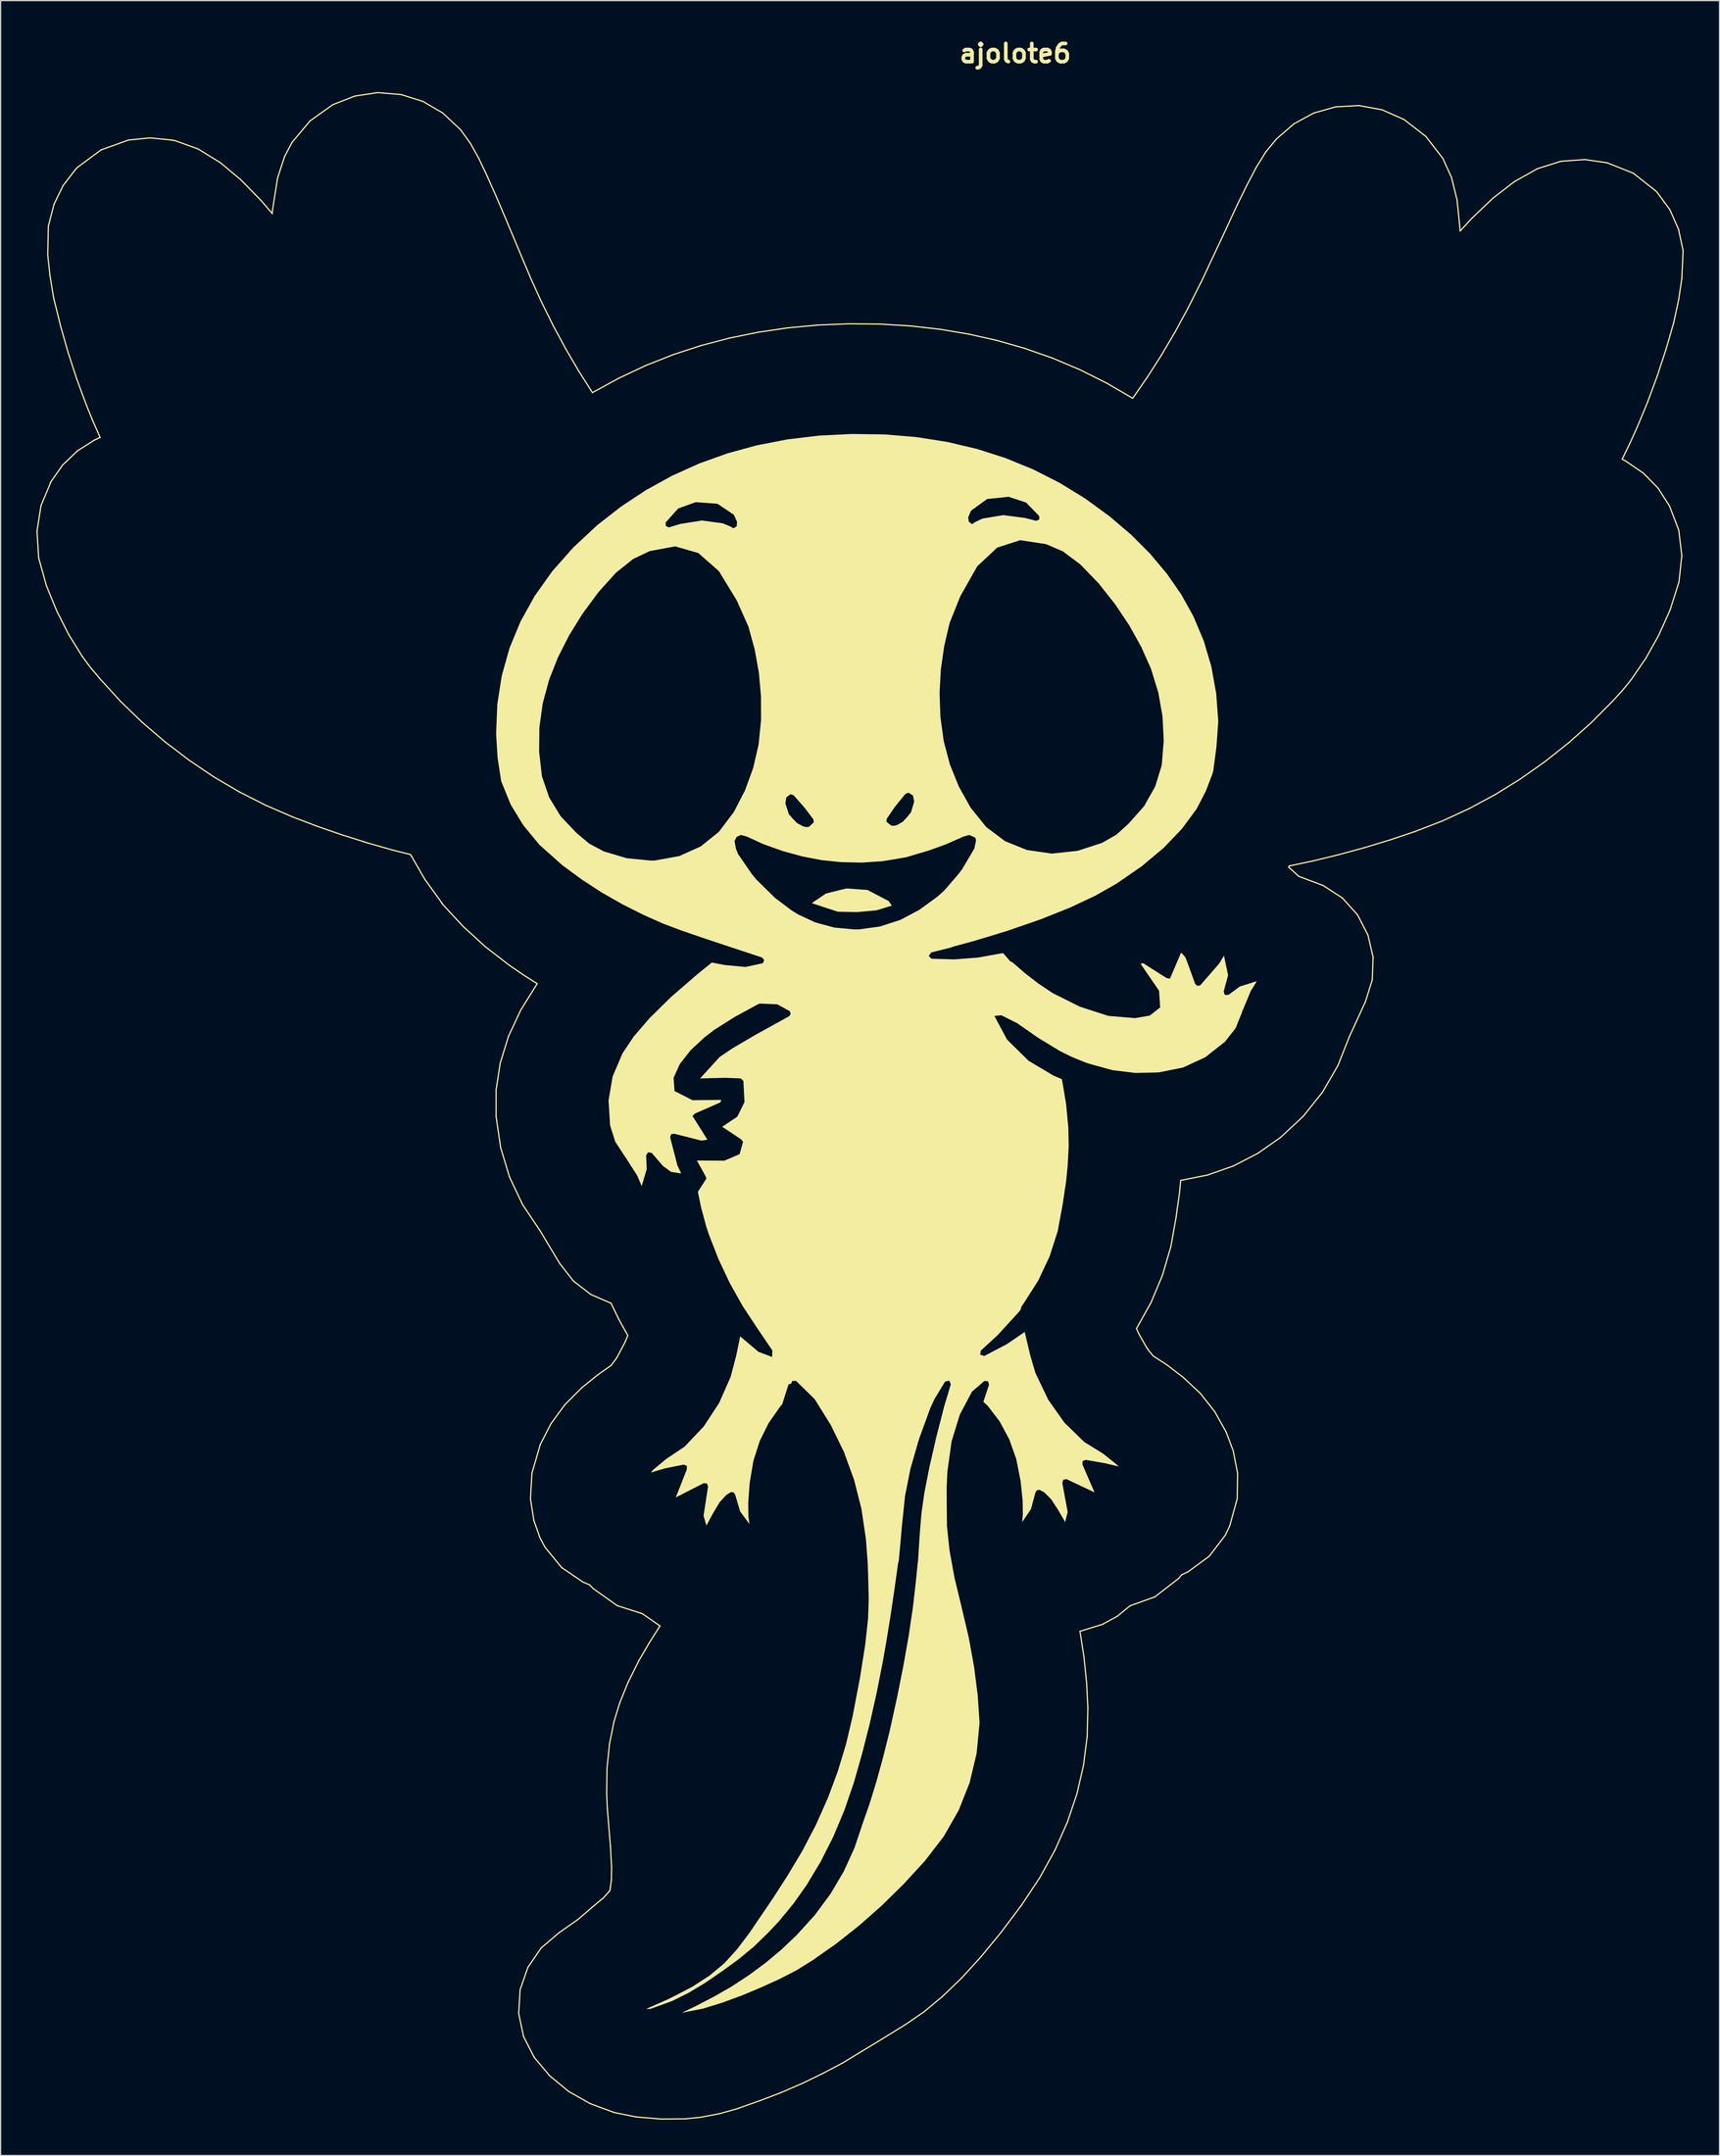
<source format=kicad_pcb>
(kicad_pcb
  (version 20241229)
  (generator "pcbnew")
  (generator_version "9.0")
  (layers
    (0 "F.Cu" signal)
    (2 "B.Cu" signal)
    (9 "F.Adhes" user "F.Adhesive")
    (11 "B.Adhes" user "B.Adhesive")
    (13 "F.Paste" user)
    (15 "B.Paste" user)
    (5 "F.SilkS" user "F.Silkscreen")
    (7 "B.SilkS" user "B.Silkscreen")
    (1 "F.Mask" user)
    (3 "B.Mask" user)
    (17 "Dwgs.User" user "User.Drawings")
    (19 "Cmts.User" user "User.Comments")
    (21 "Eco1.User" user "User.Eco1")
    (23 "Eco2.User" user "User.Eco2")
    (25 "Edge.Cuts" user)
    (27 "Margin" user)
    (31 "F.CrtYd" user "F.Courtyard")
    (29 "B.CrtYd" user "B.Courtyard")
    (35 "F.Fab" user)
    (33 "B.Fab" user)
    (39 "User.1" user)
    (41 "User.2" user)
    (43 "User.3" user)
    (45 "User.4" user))
  (footprint "ajolote6"
    (layer "F.Cu")
    (at 82.024 89.525)
    (property "Reference" "ajolote6" (at 0 -88.098 0) (layer "F.SilkS") (effects (font (size 1.524 1.524) (thickness 0.305))))
    (attr smd)
    (fp_poly (pts (xy -30.817 -27.47) (xy -31.338 -28.09) (xy -31.32 -28.982) (xy -30.457 -29.662) (xy -29.637 -29.017) (xy -29.654 -28.039) (xy -30.469 -27.404) (xy -30.817 -27.47) (xy -30.817 -27.47)) (stroke (width 0) (type solid)) (fill yes) (layer "F.Mask"))
    (fp_poly (pts (xy -1.399 -27.204) (xy -2.091 -27.839) (xy -2.192 -28.407) (xy -2.123 -28.911) (xy -1.048 -29.348) (xy -0.779 -29.157) (xy -0.388 -28.292) (xy -0.419 -27.821) (xy -1.399 -27.204)) (stroke (width 0) (type solid)) (fill yes) (layer "F.Mask"))
    (fp_poly (pts (xy -29.856 -30.469) (xy -30.259 -30.734) (xy -30.59 -32.845) (xy -29.781 -34.286) (xy -28.956 -34.681) (xy -28.545 -34.608) (xy -27.86 -33.37) (xy -28.277 -31.464) (xy -29.153 -30.568) (xy -29.856 -30.469)) (stroke (width 0) (type solid)) (fill yes) (layer "F.Mask"))
    (fp_poly (pts (xy -1.758 -30.413) (xy -2.83 -31.984) (xy -2.795 -33.496) (xy -2.003 -34.662) (xy -1.024 -34.524) (xy -0.5 -33.825) (xy -0.281 -31.567) (xy -1.124 -30.421) (xy -1.758 -30.413) (xy -1.758 -30.413)) (stroke (width 0) (type solid)) (fill yes) (layer "F.Mask"))
    (fp_poly (pts (xy -32.38 -22.642) (xy -34.019 -23.182) (xy -35.429 -24.177) (xy -36.641 -25.648) (xy -37.488 -27.762) (xy -37.728 -29.743) (xy -37.68 -31.808) (xy -37.353 -33.895) (xy -36.758 -35.945) (xy -35.902 -37.897) (xy -35.003 -39.428) (xy -33.945 -40.839) (xy -32.64 -42.251) (xy -31.353 -43.432) (xy -30.291 -44.127) (xy -28.367 -44.552) (xy -26.696 -43.618) (xy -25.186 -41.271) (xy -24.493 -39.494) (xy -24.023 -37.523) (xy -23.759 -35.279) (xy -23.726 -34.544) (xy -23.885 -34.803) (xy -24.725 -35.977) (xy -25.755 -36.799) (xy -27.512 -37.211) (xy -29.011 -36.907) (xy -30.397 -35.859) (xy -31.77 -33.978) (xy -32.55 -31.705) (xy -32.743 -29.025) (xy -32.603 -27.547) (xy -32.229 -26.255) (xy -31.008 -24.17) (xy -29.327 -23.039) (xy -28.841 -22.882) (xy -29.1 -22.807) (xy -30.73 -22.567) (xy -32.38 -22.642)) (stroke (width 0) (type solid)) (fill yes) (layer "F.Mask"))
    (fp_poly (pts (xy 3.156 -23.159) (xy 2.705 -23.209) (xy 1.487 -23.443) (xy 1.341 -23.491) (xy 1.487 -23.494) (xy 3.163 -23.901) (xy 4.146 -24.597) (xy 5.362 -26.634) (xy 5.798 -29.347) (xy 5.457 -31.843) (xy 4.991 -33.307) (xy 4.401 -34.542) (xy 2.782 -36.515) (xy 0.827 -37.616) (xy -0.668 -37.679) (xy -1.851 -37.283) (xy -2.964 -36.337) (xy -3.779 -34.922) (xy -3.885 -34.679) (xy -3.826 -36.607) (xy -3.539 -38.8) (xy -3.006 -40.786) (xy -2.231 -42.555) (xy -1.079 -44.216) (xy -0.772 -44.532) (xy 0.954 -45.143) (xy 2.711 -44.532) (xy 3.144 -44.243) (xy 4.176 -43.463) (xy 5.344 -42.363) (xy 6.883 -40.616) (xy 8.132 -38.754) (xy 9.099 -36.764) (xy 9.702 -34.875) (xy 10.105 -32.81) (xy 10.222 -30.223) (xy 9.931 -27.937) (xy 9.145 -26.172) (xy 7.913 -24.703) (xy 6.447 -23.724) (xy 4.724 -23.221) (xy 3.156 -23.159) (xy 3.156 -23.159)) (stroke (width 0) (type solid)) (fill yes) (layer "F.Mask"))
    (fp_poly (pts (xy -46.542 -29.601) (xy -48.302 -29.983) (xy -50.504 -30.587) (xy -52.896 -31.335) (xy -55.228 -32.149) (xy -57.251 -32.951) (xy -59.579 -34.05) (xy -61.826 -35.296) (xy -63.945 -36.661) (xy -65.886 -38.111) (xy -67.603 -39.617) (xy -69.038 -41.15) (xy -70.363 -42.855) (xy -71.448 -44.547) (xy -72.165 -46.044) (xy -72.464 -47.079) (xy -71.311 -46.476) (xy -69.184 -45.258) (xy -66.966 -44.11) (xy -64.687 -43.044) (xy -62.381 -42.073) (xy -60.076 -41.209) (xy -57.806 -40.465) (xy -55.601 -39.852) (xy -53.491 -39.384) (xy -50.921 -39.067) (xy -49.278 -39.026) (xy -51.19 -40.282) (xy -53.127 -41.557) (xy -54.93 -42.886) (xy -56.628 -44.293) (xy -58.248 -45.806) (xy -59.82 -47.452) (xy -61.37 -49.256) (xy -62.929 -51.245) (xy -64.469 -53.385) (xy -65.859 -55.516) (xy -67.107 -57.649) (xy -68.216 -59.794) (xy -69.192 -61.964) (xy -70.042 -64.169) (xy -70.769 -66.421) (xy -71.381 -68.731) (xy -71.714 -71.259) (xy -71.085 -70.694) (xy -69.612 -69.076) (xy -67.401 -66.523) (xy -65.869 -64.741) (xy -64.407 -63.064) (xy -63.332 -61.856) (xy -61.664 -60.078) (xy -59.844 -58.241) (xy -57.936 -56.403) (xy -56.002 -54.623) (xy -54.104 -52.96) (xy -52.307 -51.474) (xy -50.22 -49.891) (xy -48.164 -48.465) (xy -46.559 -47.471) (xy -45.823 -47.186) (xy -46.137 -47.817) (xy -47.319 -49.703) (xy -48.454 -51.837) (xy -49.522 -54.166) (xy -50.503 -56.635) (xy -51.379 -59.192) (xy -52.128 -61.783) (xy -52.731 -64.354) (xy -53.168 -66.851) (xy -53.383 -69.068) (xy -53.467 -71.464) (xy -53.416 -73.539) (xy -53.226 -74.794) (xy -52.908 -74.903) (xy -52.581 -74.037) (xy -51.783 -72.084) (xy -50.787 -69.707) (xy -49.867 -67.565) (xy -48.96 -65.578) (xy -47.906 -63.407) (xy -46.795 -61.228) (xy -45.715 -59.215) (xy -44.756 -57.54) (xy -43.583 -55.651) (xy -42.419 -53.919) (xy -41.15 -52.18) (xy -39.663 -50.274) (xy -38.15 -48.382) (xy -39.113 -47.375) (xy -40.637 -45.599) (xy -42 -43.644) (xy -43.171 -41.566) (xy -44.119 -39.42) (xy -44.813 -37.261) (xy -45.166 -35.653) (xy -45.38 -33.982) (xy -45.497 -31.908) (xy -45.583 -29.44) (xy -46.542 -29.601)) (stroke (width 0) (type solid)) (fill yes) (layer "F.Mask"))
    (fp_poly (pts (xy 18.714 -29.515) (xy 18.781 -32.19) (xy 18.663 -34.727) (xy 18.212 -37.197) (xy 17.501 -39.55) (xy 16.503 -41.878) (xy 15.379 -43.926) (xy 14.112 -45.784) (xy 12.705 -47.446) (xy 12.208 -47.972) (xy 12.427 -48.241) (xy 14.001 -50.041) (xy 15.362 -51.632) (xy 16.658 -53.262) (xy 17.905 -54.957) (xy 19.119 -56.743) (xy 20.315 -58.646) (xy 21.51 -60.691) (xy 22.718 -62.906) (xy 23.957 -65.315) (xy 25.241 -67.946) (xy 26.586 -70.823) (xy 27.637 -73.072) (xy 28.113 -74.009) (xy 28.338 -73.354) (xy 28.403 -71.397) (xy 28.334 -69.303) (xy 28.136 -67.321) (xy 27.79 -65.295) (xy 27.273 -63.067) (xy 26.678 -60.919) (xy 26.004 -58.811) (xy 25.256 -56.759) (xy 24.438 -54.777) (xy 23.558 -52.879) (xy 22.573 -50.964) (xy 21.611 -49.3) (xy 20.53 -47.639) (xy 19.79 -46.438) (xy 20.564 -46.709) (xy 22.252 -47.676) (xy 24.406 -49.065) (xy 26.581 -50.603) (xy 28.385 -51.979) (xy 30.114 -53.359) (xy 31.797 -54.771) (xy 33.463 -56.241) (xy 35.14 -57.795) (xy 36.858 -59.461) (xy 38.646 -61.266) (xy 40.531 -63.235) (xy 42.544 -65.397) (xy 44.561 -67.546) (xy 46.049 -69.053) (xy 46.674 -69.578) (xy 46.44 -68.285) (xy 45.977 -66.378) (xy 45.228 -64.045) (xy 44.36 -61.778) (xy 43.364 -59.564) (xy 42.234 -57.392) (xy 40.962 -55.248) (xy 39.541 -53.121) (xy 37.963 -50.999) (xy 36.222 -48.869) (xy 34.31 -46.719) (xy 32.621 -44.996) (xy 30.87 -43.428) (xy 28.996 -41.966) (xy 26.937 -40.564) (xy 24.633 -39.174) (xy 22.96 -38.132) (xy 24.571 -38.11) (xy 26.673 -38.26) (xy 28.277 -38.537) (xy 30.241 -38.948) (xy 32.67 -39.575) (xy 35.013 -40.277) (xy 37.02 -40.979) (xy 39.063 -41.783) (xy 41.097 -42.668) (xy 43.078 -43.615) (xy 44.961 -44.606) (xy 46.418 -45.356) (xy 45.718 -43.528) (xy 44.808 -42.045) (xy 43.541 -40.377) (xy 42.008 -38.729) (xy 40.236 -37.16) (xy 38.247 -35.682) (xy 36.06 -34.309) (xy 33.696 -33.056) (xy 31.176 -31.937) (xy 28.944 -31.125) (xy 26.371 -30.332) (xy 23.719 -29.629) (xy 21.248 -29.083) (xy 19.218 -28.765) (xy 18.64 -28.703) (xy 18.714 -29.515)) (stroke (width 0) (type solid)) (fill yes) (layer "F.Mask"))
    (fp_line (start -81.974 -48.062) (end -81.835 -45.832) (stroke (width 0.1) (type solid)) (layer "F.SilkS"))
    (fp_line (start -81.835 -45.832) (end -81.181 -43.484) (stroke (width 0.1) (type solid)) (layer "F.SilkS"))
    (fp_line (start -81.64 -50.205) (end -81.974 -48.062) (stroke (width 0.1) (type solid)) (layer "F.SilkS"))
    (fp_line (start -81.181 -43.484) (end -80.311 -41.361) (stroke (width 0.1) (type solid)) (layer "F.SilkS"))
    (fp_line (start -81.075 -71.213) (end -80.886 -69.486) (stroke (width 0.1) (type solid)) (layer "F.SilkS"))
    (fp_line (start -81.022 -73.62) (end -81.075 -71.213) (stroke (width 0.1) (type solid)) (layer "F.SilkS"))
    (fp_line (start -80.995 -73.726) (end -81.022 -73.62) (stroke (width 0.1) (type solid)) (layer "F.SilkS"))
    (fp_line (start -80.886 -69.486) (end -80.598 -67.72) (stroke (width 0.1) (type solid)) (layer "F.SilkS"))
    (fp_line (start -80.837 -52.163) (end -80.81 -52.189) (stroke (width 0.1) (type solid)) (layer "F.SilkS"))
    (fp_line (start -80.81 -52.189) (end -81.64 -50.205) (stroke (width 0.1) (type solid)) (layer "F.SilkS"))
    (fp_line (start -80.598 -67.72) (end -80.546 -67.482) (stroke (width 0.1) (type solid)) (layer "F.SilkS"))
    (fp_line (start -80.547 -75.458) (end -80.995 -73.726) (stroke (width 0.1) (type solid)) (layer "F.SilkS"))
    (fp_line (start -80.546 -67.482) (end -79.989 -65.226) (stroke (width 0.1) (type solid)) (layer "F.SilkS"))
    (fp_line (start -80.311 -41.361) (end -79.307 -39.39) (stroke (width 0.1) (type solid)) (layer "F.SilkS"))
    (fp_line (start -79.989 -65.226) (end -79.352 -62.987) (stroke (width 0.1) (type solid)) (layer "F.SilkS"))
    (fp_line (start -79.828 -53.606) (end -80.837 -52.163) (stroke (width 0.1) (type solid)) (layer "F.SilkS"))
    (fp_line (start -79.786 -77.03) (end -80.547 -75.458) (stroke (width 0.1) (type solid)) (layer "F.SilkS"))
    (fp_line (start -79.352 -62.987) (end -78.629 -60.774) (stroke (width 0.1) (type solid)) (layer "F.SilkS"))
    (fp_line (start -79.307 -39.39) (end -78.191 -37.584) (stroke (width 0.1) (type solid)) (layer "F.SilkS"))
    (fp_line (start -78.72 -78.409) (end -79.786 -77.03) (stroke (width 0.1) (type solid)) (layer "F.SilkS"))
    (fp_line (start -78.629 -60.774) (end -77.82 -58.592) (stroke (width 0.1) (type solid)) (layer "F.SilkS"))
    (fp_line (start -78.573 -54.803) (end -79.828 -53.606) (stroke (width 0.1) (type solid)) (layer "F.SilkS"))
    (fp_line (start -78.561 -78.568) (end -78.72 -78.409) (stroke (width 0.1) (type solid)) (layer "F.SilkS"))
    (fp_line (start -78.191 -37.584) (end -77.662 -36.87) (stroke (width 0.1) (type solid)) (layer "F.SilkS"))
    (fp_line (start -77.82 -58.592) (end -77.271 -57.246) (stroke (width 0.1) (type solid)) (layer "F.SilkS"))
    (fp_line (start -77.662 -36.87) (end -77.423 -36.552) (stroke (width 0.1) (type solid)) (layer "F.SilkS"))
    (fp_line (start -77.423 -36.552) (end -77.212 -36.314) (stroke (width 0.1) (type solid)) (layer "F.SilkS"))
    (fp_line (start -77.271 -57.246) (end -76.683 -55.92) (stroke (width 0.1) (type solid)) (layer "F.SilkS"))
    (fp_line (start -77.212 -36.314) (end -76.788 -35.811) (stroke (width 0.1) (type solid)) (layer "F.SilkS"))
    (fp_line (start -77.106 -55.734) (end -78.573 -54.803) (stroke (width 0.1) (type solid)) (layer "F.SilkS"))
    (fp_line (start -77.079 -55.734) (end -77.106 -55.734) (stroke (width 0.1) (type solid)) (layer "F.SilkS"))
    (fp_line (start -76.788 -35.811) (end -76.683 -35.679) (stroke (width 0.1) (type solid)) (layer "F.SilkS"))
    (fp_line (start -76.683 -55.92) (end -77.079 -55.734) (stroke (width 0.1) (type solid)) (layer "F.SilkS"))
    (fp_line (start -76.683 -35.679) (end -74.977 -33.809) (stroke (width 0.1) (type solid)) (layer "F.SilkS"))
    (fp_line (start -76.61 -80.013) (end -78.561 -78.568) (stroke (width 0.1) (type solid)) (layer "F.SilkS"))
    (fp_line (start -74.977 -33.809) (end -73.157 -32.048) (stroke (width 0.1) (type solid)) (layer "F.SilkS"))
    (fp_line (start -74.301 -80.843) (end -76.61 -80.013) (stroke (width 0.1) (type solid)) (layer "F.SilkS"))
    (fp_line (start -73.157 -32.048) (end -71.228 -30.396) (stroke (width 0.1) (type solid)) (layer "F.SilkS"))
    (fp_line (start -72.502 -81.022) (end -74.301 -80.843) (stroke (width 0.1) (type solid)) (layer "F.SilkS"))
    (fp_line (start -71.228 -30.396) (end -69.195 -28.853) (stroke (width 0.1) (type solid)) (layer "F.SilkS"))
    (fp_line (start -70.703 -80.843) (end -72.502 -81.022) (stroke (width 0.1) (type solid)) (layer "F.SilkS"))
    (fp_line (start -70.438 -80.791) (end -70.703 -80.843) (stroke (width 0.1) (type solid)) (layer "F.SilkS"))
    (fp_line (start -70.412 -80.791) (end -70.438 -80.791) (stroke (width 0.1) (type solid)) (layer "F.SilkS"))
    (fp_line (start -69.195 -28.853) (end -67.147 -27.469) (stroke (width 0.1) (type solid)) (layer "F.SilkS"))
    (fp_line (start -68.477 -80.093) (end -70.412 -80.791) (stroke (width 0.1) (type solid)) (layer "F.SilkS"))
    (fp_line (start -67.147 -27.469) (end -65.018 -26.217) (stroke (width 0.1) (type solid)) (layer "F.SilkS"))
    (fp_line (start -66.602 -78.938) (end -68.477 -80.093) (stroke (width 0.1) (type solid)) (layer "F.SilkS"))
    (fp_line (start -65.018 -26.217) (end -62.814 -25.099) (stroke (width 0.1) (type solid)) (layer "F.SilkS"))
    (fp_line (start -64.895 -77.51) (end -66.602 -78.938) (stroke (width 0.1) (type solid)) (layer "F.SilkS"))
    (fp_line (start -63.189 -75.763) (end -64.895 -77.51) (stroke (width 0.1) (type solid)) (layer "F.SilkS"))
    (fp_line (start -62.814 -25.099) (end -60.543 -24.117) (stroke (width 0.1) (type solid)) (layer "F.SilkS"))
    (fp_line (start -62.263 -74.679) (end -63.189 -75.763) (stroke (width 0.1) (type solid)) (layer "F.SilkS"))
    (fp_line (start -62.236 -74.996) (end -62.263 -74.679) (stroke (width 0.1) (type solid)) (layer "F.SilkS"))
    (fp_line (start -61.817 -77.658) (end -62.236 -74.996) (stroke (width 0.1) (type solid)) (layer "F.SilkS"))
    (fp_line (start -61.227 -79.461) (end -61.817 -77.658) (stroke (width 0.1) (type solid)) (layer "F.SilkS"))
    (fp_line (start -60.596 -80.658) (end -61.227 -79.461) (stroke (width 0.1) (type solid)) (layer "F.SilkS"))
    (fp_line (start -60.543 -24.117) (end -58.481 -23.333) (stroke (width 0.1) (type solid)) (layer "F.SilkS"))
    (fp_line (start -59.088 -82.451) (end -60.596 -80.658) (stroke (width 0.1) (type solid)) (layer "F.SilkS"))
    (fp_line (start -58.481 -23.333) (end -56.389 -22.609) (stroke (width 0.1) (type solid)) (layer "F.SilkS"))
    (fp_line (start -57.183 -83.807) (end -59.088 -82.451) (stroke (width 0.1) (type solid)) (layer "F.SilkS"))
    (fp_line (start -56.389 -22.609) (end -54.277 -21.944) (stroke (width 0.1) (type solid)) (layer "F.SilkS"))
    (fp_line (start -55.342 -84.526) (end -57.183 -83.807) (stroke (width 0.1) (type solid)) (layer "F.SilkS"))
    (fp_line (start -54.277 -21.944) (end -52.156 -21.339) (stroke (width 0.1) (type solid)) (layer "F.SilkS"))
    (fp_line (start -53.414 -84.816) (end -55.342 -84.526) (stroke (width 0.1) (type solid)) (layer "F.SilkS"))
    (fp_line (start -52.156 -21.339) (end -50.674 -20.968) (stroke (width 0.1) (type solid)) (layer "F.SilkS"))
    (fp_line (start -51.468 -84.653) (end -53.414 -84.816) (stroke (width 0.1) (type solid)) (layer "F.SilkS"))
    (fp_line (start -50.674 -20.968) (end -49.483 -18.904) (stroke (width 0.1) (type solid)) (layer "F.SilkS"))
    (fp_line (start -49.632 -84.075) (end -51.468 -84.653) (stroke (width 0.1) (type solid)) (layer "F.SilkS"))
    (fp_line (start -49.483 -18.904) (end -48.055 -16.92) (stroke (width 0.1) (type solid)) (layer "F.SilkS"))
    (fp_line (start -48.055 -16.92) (end -48.055 -16.894) (stroke (width 0.1) (type solid)) (layer "F.SilkS"))
    (fp_line (start -48.055 -16.894) (end -47.949 -16.761) (stroke (width 0.1) (type solid)) (layer "F.SilkS"))
    (fp_line (start -47.967 -83.097) (end -49.632 -84.075) (stroke (width 0.1) (type solid)) (layer "F.SilkS"))
    (fp_line (start -47.949 -16.761) (end -46.251 -14.928) (stroke (width 0.1) (type solid)) (layer "F.SilkS"))
    (fp_line (start -46.52 -81.743) (end -47.967 -83.097) (stroke (width 0.1) (type solid)) (layer "F.SilkS"))
    (fp_line (start -46.414 -81.611) (end -46.52 -81.743) (stroke (width 0.1) (type solid)) (layer "F.SilkS"))
    (fp_line (start -46.251 -14.928) (end -44.4 -13.241) (stroke (width 0.1) (type solid)) (layer "F.SilkS"))
    (fp_line (start -45.657 -80.559) (end -46.414 -81.611) (stroke (width 0.1) (type solid)) (layer "F.SilkS"))
    (fp_line (start -44.959 -79.309) (end -45.657 -80.559) (stroke (width 0.1) (type solid)) (layer "F.SilkS"))
    (fp_line (start -44.4 -13.241) (end -42.419 -11.708) (stroke (width 0.1) (type solid)) (layer "F.SilkS"))
    (fp_line (start -44.262 -77.836) (end -44.959 -79.309) (stroke (width 0.1) (type solid)) (layer "F.SilkS"))
    (fp_line (start -43.504 -1.258) (end -43.504 0.992) (stroke (width 0.1) (type solid)) (layer "F.SilkS"))
    (fp_line (start -43.504 0.992) (end -43.123 3.59) (stroke (width 0.1) (type solid)) (layer "F.SilkS"))
    (fp_line (start -43.495 -76.116) (end -44.262 -77.836) (stroke (width 0.1) (type solid)) (layer "F.SilkS"))
    (fp_line (start -43.158 -3.5) (end -43.504 -1.258) (stroke (width 0.1) (type solid)) (layer "F.SilkS"))
    (fp_line (start -43.123 3.59) (end -42.379 6.056) (stroke (width 0.1) (type solid)) (layer "F.SilkS"))
    (fp_line (start -42.657 -74.149) (end -43.495 -76.116) (stroke (width 0.1) (type solid)) (layer "F.SilkS"))
    (fp_line (start -42.468 -5.731) (end -43.158 -3.5) (stroke (width 0.1) (type solid)) (layer "F.SilkS"))
    (fp_line (start -42.419 -11.708) (end -41.252 -10.907) (stroke (width 0.1) (type solid)) (layer "F.SilkS"))
    (fp_line (start -42.379 6.056) (end -41.279 8.378) (stroke (width 0.1) (type solid)) (layer "F.SilkS"))
    (fp_line (start -41.614 76.142) (end -41.205 78.075) (stroke (width 0.1) (type solid)) (layer "F.SilkS"))
    (fp_line (start -41.493 74.149) (end -41.614 76.142) (stroke (width 0.1) (type solid)) (layer "F.SilkS"))
    (fp_line (start -41.435 -7.947) (end -42.468 -5.731) (stroke (width 0.1) (type solid)) (layer "F.SilkS"))
    (fp_line (start -41.279 8.378) (end -39.826 10.544) (stroke (width 0.1) (type solid)) (layer "F.SilkS"))
    (fp_line (start -41.252 -10.907) (end -40.064 -10.147) (stroke (width 0.1) (type solid)) (layer "F.SilkS"))
    (fp_line (start -41.205 78.075) (end -40.302 79.838) (stroke (width 0.1) (type solid)) (layer "F.SilkS"))
    (fp_line (start -41.172 -70.601) (end -42.657 -74.149) (stroke (width 0.1) (type solid)) (layer "F.SilkS"))
    (fp_line (start -40.842 72.279) (end -41.493 74.149) (stroke (width 0.1) (type solid)) (layer "F.SilkS"))
    (fp_line (start -40.699 -69.493) (end -41.172 -70.601) (stroke (width 0.1) (type solid)) (layer "F.SilkS"))
    (fp_line (start -40.699 -69.466) (end -40.699 -69.493) (stroke (width 0.1) (type solid)) (layer "F.SilkS"))
    (fp_line (start -40.627 33.007) (end -40.343 34.826) (stroke (width 0.1) (type solid)) (layer "F.SilkS"))
    (fp_line (start -40.503 30.87) (end -40.627 33.007) (stroke (width 0.1) (type solid)) (layer "F.SilkS"))
    (fp_line (start -40.343 34.826) (end -39.826 36.288) (stroke (width 0.1) (type solid)) (layer "F.SilkS"))
    (fp_line (start -40.302 79.838) (end -38.992 81.383) (stroke (width 0.1) (type solid)) (layer "F.SilkS"))
    (fp_line (start -40.064 -10.147) (end -41.435 -7.947) (stroke (width 0.1) (type solid)) (layer "F.SilkS"))
    (fp_line (start -39.826 10.544) (end -38.159 13.322) (stroke (width 0.1) (type solid)) (layer "F.SilkS"))
    (fp_line (start -39.826 36.288) (end -39.403 37.081) (stroke (width 0.1) (type solid)) (layer "F.SilkS"))
    (fp_line (start -39.8 28.456) (end -40.503 30.87) (stroke (width 0.1) (type solid)) (layer "F.SilkS"))
    (fp_line (start -39.738 -67.346) (end -40.699 -69.466) (stroke (width 0.1) (type solid)) (layer "F.SilkS"))
    (fp_line (start -39.727 70.649) (end -40.842 72.279) (stroke (width 0.1) (type solid)) (layer "F.SilkS"))
    (fp_line (start -39.403 37.081) (end -38.014 38.775) (stroke (width 0.1) (type solid)) (layer "F.SilkS"))
    (fp_line (start -38.992 81.383) (end -37.422 82.676) (stroke (width 0.1) (type solid)) (layer "F.SilkS"))
    (fp_line (start -38.9 26.71) (end -39.8 28.456) (stroke (width 0.1) (type solid)) (layer "F.SilkS"))
    (fp_line (start -38.728 -65.304) (end -39.738 -67.346) (stroke (width 0.1) (type solid)) (layer "F.SilkS"))
    (fp_line (start -38.212 69.361) (end -39.727 70.649) (stroke (width 0.1) (type solid)) (layer "F.SilkS"))
    (fp_line (start -38.159 13.322) (end -37.013 14.779) (stroke (width 0.1) (type solid)) (layer "F.SilkS"))
    (fp_line (start -38.014 38.775) (end -36.228 39.992) (stroke (width 0.1) (type solid)) (layer "F.SilkS"))
    (fp_line (start -37.736 25.122) (end -38.9 26.71) (stroke (width 0.1) (type solid)) (layer "F.SilkS"))
    (fp_line (start -37.672 -63.344) (end -38.728 -65.304) (stroke (width 0.1) (type solid)) (layer "F.SilkS"))
    (fp_line (start -37.422 82.676) (end -35.618 83.7) (stroke (width 0.1) (type solid)) (layer "F.SilkS"))
    (fp_line (start -37.013 14.779) (end -35.566 15.895) (stroke (width 0.1) (type solid)) (layer "F.SilkS"))
    (fp_line (start -36.625 68.249) (end -38.212 69.361) (stroke (width 0.1) (type solid)) (layer "F.SilkS"))
    (fp_line (start -36.573 -61.467) (end -37.672 -63.344) (stroke (width 0.1) (type solid)) (layer "F.SilkS"))
    (fp_line (start -36.307 23.693) (end -37.736 25.122) (stroke (width 0.1) (type solid)) (layer "F.SilkS"))
    (fp_line (start -36.228 39.992) (end -35.672 40.23) (stroke (width 0.1) (type solid)) (layer "F.SilkS"))
    (fp_line (start -35.672 40.23) (end -35.355 40.547) (stroke (width 0.1) (type solid)) (layer "F.SilkS"))
    (fp_line (start -35.618 83.7) (end -33.608 84.442) (stroke (width 0.1) (type solid)) (layer "F.SilkS"))
    (fp_line (start -35.566 15.895) (end -33.873 16.629) (stroke (width 0.1) (type solid)) (layer "F.SilkS"))
    (fp_line (start -35.461 67.244) (end -36.625 68.249) (stroke (width 0.1) (type solid)) (layer "F.SilkS"))
    (fp_line (start -35.434 -59.677) (end -36.573 -61.467) (stroke (width 0.1) (type solid)) (layer "F.SilkS"))
    (fp_line (start -35.434 67.217) (end -35.461 67.244) (stroke (width 0.1) (type solid)) (layer "F.SilkS"))
    (fp_line (start -35.355 40.547) (end -33.344 41.976) (stroke (width 0.1) (type solid)) (layer "F.SilkS"))
    (fp_line (start -35.302 67.112) (end -35.434 67.217) (stroke (width 0.1) (type solid)) (layer "F.SilkS"))
    (fp_line (start -35.275 67.085) (end -35.302 67.112) (stroke (width 0.1) (type solid)) (layer "F.SilkS"))
    (fp_line (start -35.001 22.638) (end -36.307 23.693) (stroke (width 0.1) (type solid)) (layer "F.SilkS"))
    (fp_line (start -34.799 66.688) (end -35.275 67.085) (stroke (width 0.1) (type solid)) (layer "F.SilkS"))
    (fp_line (start -34.534 66.477) (end -34.799 66.688) (stroke (width 0.1) (type solid)) (layer "F.SilkS"))
    (fp_line (start -34.243 57.692) (end -34.184 58.989) (stroke (width 0.1) (type solid)) (layer "F.SilkS"))
    (fp_line (start -34.209 55.56) (end -34.243 57.692) (stroke (width 0.1) (type solid)) (layer "F.SilkS"))
    (fp_line (start -34.184 58.989) (end -33.926 62.111) (stroke (width 0.1) (type solid)) (layer "F.SilkS"))
    (fp_line (start -34.005 65.894) (end -34.534 66.477) (stroke (width 0.1) (type solid)) (layer "F.SilkS"))
    (fp_line (start -34.004 53.563) (end -34.209 55.56) (stroke (width 0.1) (type solid)) (layer "F.SilkS"))
    (fp_line (start -33.952 65.736) (end -33.952 65.762) (stroke (width 0.1) (type solid)) (layer "F.SilkS"))
    (fp_line (start -33.952 65.762) (end -34.005 65.894) (stroke (width 0.1) (type solid)) (layer "F.SilkS"))
    (fp_line (start -33.926 62.111) (end -33.827 63.917) (stroke (width 0.1) (type solid)) (layer "F.SilkS"))
    (fp_line (start -33.926 65.551) (end -33.952 65.736) (stroke (width 0.1) (type solid)) (layer "F.SilkS"))
    (fp_line (start -33.873 16.629) (end -33.212 17.998) (stroke (width 0.1) (type solid)) (layer "F.SilkS"))
    (fp_line (start -33.873 21.841) (end -35.001 22.638) (stroke (width 0.1) (type solid)) (layer "F.SilkS"))
    (fp_line (start -33.847 64.968) (end -33.926 65.551) (stroke (width 0.1) (type solid)) (layer "F.SilkS"))
    (fp_line (start -33.827 63.917) (end -33.847 64.968) (stroke (width 0.1) (type solid)) (layer "F.SilkS"))
    (fp_line (start -33.635 51.713) (end -34.004 53.563) (stroke (width 0.1) (type solid)) (layer "F.SilkS"))
    (fp_line (start -33.608 84.442) (end -31.783 84.812) (stroke (width 0.1) (type solid)) (layer "F.SilkS"))
    (fp_line (start -33.529 21.392) (end -33.873 21.841) (stroke (width 0.1) (type solid)) (layer "F.SilkS"))
    (fp_line (start -33.37 21.153) (end -33.529 21.392) (stroke (width 0.1) (type solid)) (layer "F.SilkS"))
    (fp_line (start -33.344 41.976) (end -31.254 42.638) (stroke (width 0.1) (type solid)) (layer "F.SilkS"))
    (fp_line (start -33.229 -60.883) (end -35.434 -59.677) (stroke (width 0.1) (type solid)) (layer "F.SilkS"))
    (fp_line (start -33.212 17.998) (end -32.471 19.328) (stroke (width 0.1) (type solid)) (layer "F.SilkS"))
    (fp_line (start -33.141 50.102) (end -33.635 51.713) (stroke (width 0.1) (type solid)) (layer "F.SilkS"))
    (fp_line (start -32.709 19.91) (end -33.37 21.153) (stroke (width 0.1) (type solid)) (layer "F.SilkS"))
    (fp_line (start -32.656 19.778) (end -32.709 19.91) (stroke (width 0.1) (type solid)) (layer "F.SilkS"))
    (fp_line (start -32.471 19.328) (end -32.656 19.778) (stroke (width 0.1) (type solid)) (layer "F.SilkS"))
    (fp_line (start -32.453 48.403) (end -33.141 50.102) (stroke (width 0.1) (type solid)) (layer "F.SilkS"))
    (fp_line (start -31.783 84.812) (end -29.64 84.991) (stroke (width 0.1) (type solid)) (layer "F.SilkS"))
    (fp_line (start -31.571 46.633) (end -32.453 48.403) (stroke (width 0.1) (type solid)) (layer "F.SilkS"))
    (fp_line (start -31.545 46.58) (end -31.571 46.633) (stroke (width 0.1) (type solid)) (layer "F.SilkS"))
    (fp_line (start -31.254 42.638) (end -29.772 43.669) (stroke (width 0.1) (type solid)) (layer "F.SilkS"))
    (fp_line (start -30.954 -61.954) (end -33.229 -60.883) (stroke (width 0.1) (type solid)) (layer "F.SilkS"))
    (fp_line (start -30.678 45.095) (end -31.545 46.58) (stroke (width 0.1) (type solid)) (layer "F.SilkS"))
    (fp_line (start -29.772 43.669) (end -30.678 45.095) (stroke (width 0.1) (type solid)) (layer "F.SilkS"))
    (fp_line (start -29.64 84.991) (end -27.655 84.971) (stroke (width 0.1) (type solid)) (layer "F.SilkS"))
    (fp_line (start -28.608 -62.878) (end -30.954 -61.954) (stroke (width 0.1) (type solid)) (layer "F.SilkS"))
    (fp_line (start -27.655 84.971) (end -26.359 84.839) (stroke (width 0.1) (type solid)) (layer "F.SilkS"))
    (fp_line (start -26.359 84.839) (end -24.775 84.538) (stroke (width 0.1) (type solid)) (layer "F.SilkS"))
    (fp_line (start -26.322 -63.623) (end -28.608 -62.878) (stroke (width 0.1) (type solid)) (layer "F.SilkS"))
    (fp_line (start -24.775 84.538) (end -23.21 84.098) (stroke (width 0.1) (type solid)) (layer "F.SilkS"))
    (fp_line (start -23.967 -64.243) (end -26.322 -63.623) (stroke (width 0.1) (type solid)) (layer "F.SilkS"))
    (fp_line (start -23.21 84.098) (end -23.157 84.071) (stroke (width 0.1) (type solid)) (layer "F.SilkS"))
    (fp_line (start -23.157 84.071) (end -21.388 83.443) (stroke (width 0.1) (type solid)) (layer "F.SilkS"))
    (fp_line (start -21.547 -64.737) (end -23.967 -64.243) (stroke (width 0.1) (type solid)) (layer "F.SilkS"))
    (fp_line (start -21.388 83.443) (end -19.638 82.775) (stroke (width 0.1) (type solid)) (layer "F.SilkS"))
    (fp_line (start -19.638 82.775) (end -17.869 82.008) (stroke (width 0.1) (type solid)) (layer "F.SilkS"))
    (fp_line (start -19.067 -65.103) (end -21.547 -64.737) (stroke (width 0.1) (type solid)) (layer "F.SilkS"))
    (fp_line (start -17.869 82.008) (end -16.119 81.161) (stroke (width 0.1) (type solid)) (layer "F.SilkS"))
    (fp_line (start -16.533 -65.339) (end -19.067 -65.103) (stroke (width 0.1) (type solid)) (layer "F.SilkS"))
    (fp_line (start -16.119 81.161) (end -14.436 80.271) (stroke (width 0.1) (type solid)) (layer "F.SilkS"))
    (fp_line (start -14.436 80.271) (end -12.812 79.282) (stroke (width 0.1) (type solid)) (layer "F.SilkS"))
    (fp_line (start -13.95 -65.445) (end -16.533 -65.339) (stroke (width 0.1) (type solid)) (layer "F.SilkS"))
    (fp_line (start -12.812 79.282) (end -11.198 78.3) (stroke (width 0.1) (type solid)) (layer "F.SilkS"))
    (fp_line (start -11.364 -65.42) (end -13.95 -65.445) (stroke (width 0.1) (type solid)) (layer "F.SilkS"))
    (fp_line (start -11.198 78.3) (end -9.187 77.06) (stroke (width 0.1) (type solid)) (layer "F.SilkS"))
    (fp_line (start -9.187 77.06) (end -7.654 76.003) (stroke (width 0.1) (type solid)) (layer "F.SilkS"))
    (fp_line (start -8.824 -65.268) (end -11.364 -65.42) (stroke (width 0.1) (type solid)) (layer "F.SilkS"))
    (fp_line (start -7.654 76.003) (end -6.094 74.708) (stroke (width 0.1) (type solid)) (layer "F.SilkS"))
    (fp_line (start -6.333 -64.988) (end -8.824 -65.268) (stroke (width 0.1) (type solid)) (layer "F.SilkS"))
    (fp_line (start -6.094 74.708) (end -4.501 73.171) (stroke (width 0.1) (type solid)) (layer "F.SilkS"))
    (fp_line (start -4.501 73.171) (end -2.871 71.386) (stroke (width 0.1) (type solid)) (layer "F.SilkS"))
    (fp_line (start -3.898 -64.58) (end -6.333 -64.988) (stroke (width 0.1) (type solid)) (layer "F.SilkS"))
    (fp_line (start -2.871 71.386) (end -1.198 69.35) (stroke (width 0.1) (type solid)) (layer "F.SilkS"))
    (fp_line (start -1.522 -64.045) (end -3.898 -64.58) (stroke (width 0.1) (type solid)) (layer "F.SilkS"))
    (fp_line (start -1.198 69.35) (end 0.523 67.059) (stroke (width 0.1) (type solid)) (layer "F.SilkS"))
    (fp_line (start 0.523 67.059) (end 2.047 64.764) (stroke (width 0.1) (type solid)) (layer "F.SilkS"))
    (fp_line (start 0.787 -63.381) (end -1.522 -64.045) (stroke (width 0.1) (type solid)) (layer "F.SilkS"))
    (fp_line (start 2.047 64.764) (end 3.33 62.44) (stroke (width 0.1) (type solid)) (layer "F.SilkS"))
    (fp_line (start 3.154 -62.553) (end 0.787 -63.381) (stroke (width 0.1) (type solid)) (layer "F.SilkS"))
    (fp_line (start 3.33 62.44) (end 4.37 60.09) (stroke (width 0.1) (type solid)) (layer "F.SilkS"))
    (fp_line (start 4.37 60.09) (end 5.167 57.717) (stroke (width 0.1) (type solid)) (layer "F.SilkS"))
    (fp_line (start 5.167 57.717) (end 5.718 55.325) (stroke (width 0.1) (type solid)) (layer "F.SilkS"))
    (fp_line (start 5.418 44.119) (end 7.296 43.537) (stroke (width 0.1) (type solid)) (layer "F.SilkS"))
    (fp_line (start 5.451 -61.578) (end 3.154 -62.553) (stroke (width 0.1) (type solid)) (layer "F.SilkS"))
    (fp_line (start 5.718 55.325) (end 6.023 52.917) (stroke (width 0.1) (type solid)) (layer "F.SilkS"))
    (fp_line (start 5.754 46.278) (end 5.418 44.119) (stroke (width 0.1) (type solid)) (layer "F.SilkS"))
    (fp_line (start 5.972 48.407) (end 5.754 46.278) (stroke (width 0.1) (type solid)) (layer "F.SilkS"))
    (fp_line (start 6.023 52.917) (end 6.079 50.496) (stroke (width 0.1) (type solid)) (layer "F.SilkS"))
    (fp_line (start 6.079 50.496) (end 5.972 48.407) (stroke (width 0.1) (type solid)) (layer "F.SilkS"))
    (fp_line (start 7.296 43.537) (end 8.53 42.866) (stroke (width 0.1) (type solid)) (layer "F.SilkS"))
    (fp_line (start 7.678 -60.46) (end 5.451 -61.578) (stroke (width 0.1) (type solid)) (layer "F.SilkS"))
    (fp_line (start 8.53 42.866) (end 9.624 41.976) (stroke (width 0.1) (type solid)) (layer "F.SilkS"))
    (fp_line (start 9.624 41.976) (end 11.688 41.235) (stroke (width 0.1) (type solid)) (layer "F.SilkS"))
    (fp_line (start 9.836 -59.201) (end 7.678 -60.46) (stroke (width 0.1) (type solid)) (layer "F.SilkS"))
    (fp_line (start 10.154 18.746) (end 11.374 16.563) (stroke (width 0.1) (type solid)) (layer "F.SilkS"))
    (fp_line (start 10.339 19.169) (end 10.154 18.746) (stroke (width 0.1) (type solid)) (layer "F.SilkS"))
    (fp_line (start 11.027 20.386) (end 10.339 19.169) (stroke (width 0.1) (type solid)) (layer "F.SilkS"))
    (fp_line (start 11.053 20.413) (end 11.027 20.386) (stroke (width 0.1) (type solid)) (layer "F.SilkS"))
    (fp_line (start 11.055 -60.959) (end 9.836 -59.201) (stroke (width 0.1) (type solid)) (layer "F.SilkS"))
    (fp_line (start 11.159 20.571) (end 11.053 20.413) (stroke (width 0.1) (type solid)) (layer "F.SilkS"))
    (fp_line (start 11.374 16.563) (end 12.336 14.264) (stroke (width 0.1) (type solid)) (layer "F.SilkS"))
    (fp_line (start 11.556 21.048) (end 11.159 20.571) (stroke (width 0.1) (type solid)) (layer "F.SilkS"))
    (fp_line (start 11.688 41.235) (end 13.673 39.701) (stroke (width 0.1) (type solid)) (layer "F.SilkS"))
    (fp_line (start 12.235 -62.806) (end 11.055 -60.959) (stroke (width 0.1) (type solid)) (layer "F.SilkS"))
    (fp_line (start 12.336 14.264) (end 13.041 11.851) (stroke (width 0.1) (type solid)) (layer "F.SilkS"))
    (fp_line (start 12.72 21.805) (end 11.556 21.048) (stroke (width 0.1) (type solid)) (layer "F.SilkS"))
    (fp_line (start 13.041 11.851) (end 13.487 9.327) (stroke (width 0.1) (type solid)) (layer "F.SilkS"))
    (fp_line (start 13.374 -64.738) (end 12.235 -62.806) (stroke (width 0.1) (type solid)) (layer "F.SilkS"))
    (fp_line (start 13.487 9.327) (end 13.514 9.088) (stroke (width 0.1) (type solid)) (layer "F.SilkS"))
    (fp_line (start 13.514 9.088) (end 13.752 7.422) (stroke (width 0.1) (type solid)) (layer "F.SilkS"))
    (fp_line (start 13.673 39.701) (end 13.937 39.383) (stroke (width 0.1) (type solid)) (layer "F.SilkS"))
    (fp_line (start 13.752 7.422) (end 13.858 6.337) (stroke (width 0.1) (type solid)) (layer "F.SilkS"))
    (fp_line (start 13.858 6.337) (end 16.117 5.882) (stroke (width 0.1) (type solid)) (layer "F.SilkS"))
    (fp_line (start 13.937 39.383) (end 14.493 39.119) (stroke (width 0.1) (type solid)) (layer "F.SilkS"))
    (fp_line (start 14.043 22.82) (end 12.72 21.805) (stroke (width 0.1) (type solid)) (layer "F.SilkS"))
    (fp_line (start 14.471 -66.756) (end 13.374 -64.738) (stroke (width 0.1) (type solid)) (layer "F.SilkS"))
    (fp_line (start 14.493 39.119) (end 16.249 37.825) (stroke (width 0.1) (type solid)) (layer "F.SilkS"))
    (fp_line (start 15.506 24.184) (end 14.043 22.82) (stroke (width 0.1) (type solid)) (layer "F.SilkS"))
    (fp_line (start 15.525 -68.858) (end 14.471 -66.756) (stroke (width 0.1) (type solid)) (layer "F.SilkS"))
    (fp_line (start 15.551 -68.884) (end 15.525 -68.858) (stroke (width 0.1) (type solid)) (layer "F.SilkS"))
    (fp_line (start 16.067 -69.992) (end 15.551 -68.884) (stroke (width 0.1) (type solid)) (layer "F.SilkS"))
    (fp_line (start 16.117 5.882) (end 18.276 5.123) (stroke (width 0.1) (type solid)) (layer "F.SilkS"))
    (fp_line (start 16.249 37.825) (end 17.588 36.076) (stroke (width 0.1) (type solid)) (layer "F.SilkS"))
    (fp_line (start 16.716 25.725) (end 15.506 24.184) (stroke (width 0.1) (type solid)) (layer "F.SilkS"))
    (fp_line (start 17.588 36.076) (end 17.959 35.309) (stroke (width 0.1) (type solid)) (layer "F.SilkS"))
    (fp_line (start 17.668 27.424) (end 16.716 25.725) (stroke (width 0.1) (type solid)) (layer "F.SilkS"))
    (fp_line (start 17.694 -73.462) (end 16.067 -69.992) (stroke (width 0.1) (type solid)) (layer "F.SilkS"))
    (fp_line (start 17.959 35.309) (end 18.591 33.009) (stroke (width 0.1) (type solid)) (layer "F.SilkS"))
    (fp_line (start 18.257 28.995) (end 17.668 27.424) (stroke (width 0.1) (type solid)) (layer "F.SilkS"))
    (fp_line (start 18.276 5.123) (end 20.317 4.071) (stroke (width 0.1) (type solid)) (layer "F.SilkS"))
    (fp_line (start 18.591 33.009) (end 18.627 30.88) (stroke (width 0.1) (type solid)) (layer "F.SilkS"))
    (fp_line (start 18.592 -75.402) (end 17.694 -73.462) (stroke (width 0.1) (type solid)) (layer "F.SilkS"))
    (fp_line (start 18.627 30.88) (end 18.257 28.995) (stroke (width 0.1) (type solid)) (layer "F.SilkS"))
    (fp_line (start 19.425 -77.095) (end 18.592 -75.402) (stroke (width 0.1) (type solid)) (layer "F.SilkS"))
    (fp_line (start 20.181 -78.542) (end 19.425 -77.095) (stroke (width 0.1) (type solid)) (layer "F.SilkS"))
    (fp_line (start 20.317 4.071) (end 22.219 2.738) (stroke (width 0.1) (type solid)) (layer "F.SilkS"))
    (fp_line (start 20.978 -79.831) (end 20.181 -78.542) (stroke (width 0.1) (type solid)) (layer "F.SilkS"))
    (fp_line (start 21.875 -80.923) (end 20.978 -79.831) (stroke (width 0.1) (type solid)) (layer "F.SilkS"))
    (fp_line (start 22.219 2.738) (end 24.132 0.955) (stroke (width 0.1) (type solid)) (layer "F.SilkS"))
    (fp_line (start 22.907 -19.91) (end 22.959 -19.989) (stroke (width 0.1) (type solid)) (layer "F.SilkS"))
    (fp_line (start 22.959 -20.016) (end 24.97 -20.439) (stroke (width 0.1) (type solid)) (layer "F.SilkS"))
    (fp_line (start 22.959 -19.989) (end 22.959 -20.016) (stroke (width 0.1) (type solid)) (layer "F.SilkS"))
    (fp_line (start 23.341 -82.199) (end 21.875 -80.923) (stroke (width 0.1) (type solid)) (layer "F.SilkS"))
    (fp_line (start 23.753 -19.143) (end 22.907 -19.91) (stroke (width 0.1) (type solid)) (layer "F.SilkS"))
    (fp_line (start 24.132 0.955) (end 25.738 -1.055) (stroke (width 0.1) (type solid)) (layer "F.SilkS"))
    (fp_line (start 24.97 -20.439) (end 27.127 -20.965) (stroke (width 0.1) (type solid)) (layer "F.SilkS"))
    (fp_line (start 25.012 -83.104) (end 23.341 -82.199) (stroke (width 0.1) (type solid)) (layer "F.SilkS"))
    (fp_line (start 25.738 -1.055) (end 27.026 -3.278) (stroke (width 0.1) (type solid)) (layer "F.SilkS"))
    (fp_line (start 25.791 -18.375) (end 23.753 -19.143) (stroke (width 0.1) (type solid)) (layer "F.SilkS"))
    (fp_line (start 26.849 -83.622) (end 25.012 -83.104) (stroke (width 0.1) (type solid)) (layer "F.SilkS"))
    (fp_line (start 27.026 -3.278) (end 27.987 -5.702) (stroke (width 0.1) (type solid)) (layer "F.SilkS"))
    (fp_line (start 27.127 -20.965) (end 29.27 -21.55) (stroke (width 0.1) (type solid)) (layer "F.SilkS"))
    (fp_line (start 27.405 -17.328) (end 25.791 -18.375) (stroke (width 0.1) (type solid)) (layer "F.SilkS"))
    (fp_line (start 27.987 -5.702) (end 29.336 -8.639) (stroke (width 0.1) (type solid)) (layer "F.SilkS"))
    (fp_line (start 28.673 -15.922) (end 27.405 -17.328) (stroke (width 0.1) (type solid)) (layer "F.SilkS"))
    (fp_line (start 28.801 -83.729) (end 26.849 -83.622) (stroke (width 0.1) (type solid)) (layer "F.SilkS"))
    (fp_line (start 29.27 -21.55) (end 31.392 -22.195) (stroke (width 0.1) (type solid)) (layer "F.SilkS"))
    (fp_line (start 29.336 -8.639) (end 29.908 -10.468) (stroke (width 0.1) (type solid)) (layer "F.SilkS"))
    (fp_line (start 29.548 -14.221) (end 28.673 -15.922) (stroke (width 0.1) (type solid)) (layer "F.SilkS"))
    (fp_line (start 29.908 -10.468) (end 29.981 -12.357) (stroke (width 0.1) (type solid)) (layer "F.SilkS"))
    (fp_line (start 29.981 -12.357) (end 29.548 -14.221) (stroke (width 0.1) (type solid)) (layer "F.SilkS"))
    (fp_line (start 30.735 -83.373) (end 28.801 -83.729) (stroke (width 0.1) (type solid)) (layer "F.SilkS"))
    (fp_line (start 31.392 -22.195) (end 33.49 -22.9) (stroke (width 0.1) (type solid)) (layer "F.SilkS"))
    (fp_line (start 32.564 -82.563) (end 30.735 -83.373) (stroke (width 0.1) (type solid)) (layer "F.SilkS"))
    (fp_line (start 33.49 -22.9) (end 35.786 -23.787) (stroke (width 0.1) (type solid)) (layer "F.SilkS"))
    (fp_line (start 34.399 -81.144) (end 32.564 -82.563) (stroke (width 0.1) (type solid)) (layer "F.SilkS"))
    (fp_line (start 35.786 -23.787) (end 38.024 -24.818) (stroke (width 0.1) (type solid)) (layer "F.SilkS"))
    (fp_line (start 35.818 -79.309) (end 34.399 -81.144) (stroke (width 0.1) (type solid)) (layer "F.SilkS"))
    (fp_line (start 36.547 -77.708) (end 35.818 -79.309) (stroke (width 0.1) (type solid)) (layer "F.SilkS"))
    (fp_line (start 37.012 -75.83) (end 36.547 -77.708) (stroke (width 0.1) (type solid)) (layer "F.SilkS"))
    (fp_line (start 37.247 -73.541) (end 37.012 -75.83) (stroke (width 0.1) (type solid)) (layer "F.SilkS"))
    (fp_line (start 37.273 -73.223) (end 37.247 -73.541) (stroke (width 0.1) (type solid)) (layer "F.SilkS"))
    (fp_line (start 38.024 -24.818) (end 40.198 -25.988) (stroke (width 0.1) (type solid)) (layer "F.SilkS"))
    (fp_line (start 38.252 -74.282) (end 37.273 -73.223) (stroke (width 0.1) (type solid)) (layer "F.SilkS"))
    (fp_line (start 40.012 -75.962) (end 38.252 -74.282) (stroke (width 0.1) (type solid)) (layer "F.SilkS"))
    (fp_line (start 40.198 -25.988) (end 42.301 -27.292) (stroke (width 0.1) (type solid)) (layer "F.SilkS"))
    (fp_line (start 41.771 -77.324) (end 40.012 -75.962) (stroke (width 0.1) (type solid)) (layer "F.SilkS"))
    (fp_line (start 41.851 -77.377) (end 41.771 -77.324) (stroke (width 0.1) (type solid)) (layer "F.SilkS"))
    (fp_line (start 42.301 -27.292) (end 44.382 -28.759) (stroke (width 0.1) (type solid)) (layer "F.SilkS"))
    (fp_line (start 43.746 -78.439) (end 41.851 -77.377) (stroke (width 0.1) (type solid)) (layer "F.SilkS"))
    (fp_line (start 44.382 -28.759) (end 46.375 -30.341) (stroke (width 0.1) (type solid)) (layer "F.SilkS"))
    (fp_line (start 45.661 -79.044) (end 43.746 -78.439) (stroke (width 0.1) (type solid)) (layer "F.SilkS"))
    (fp_line (start 45.819 -79.071) (end 45.661 -79.044) (stroke (width 0.1) (type solid)) (layer "F.SilkS"))
    (fp_line (start 45.846 -79.071) (end 45.819 -79.071) (stroke (width 0.1) (type solid)) (layer "F.SilkS"))
    (fp_line (start 46.375 -30.341) (end 48.269 -32.032) (stroke (width 0.1) (type solid)) (layer "F.SilkS"))
    (fp_line (start 47.721 -79.203) (end 45.846 -79.071) (stroke (width 0.1) (type solid)) (layer "F.SilkS"))
    (fp_line (start 48.269 -32.032) (end 50.053 -33.827) (stroke (width 0.1) (type solid)) (layer "F.SilkS"))
    (fp_line (start 49.577 -78.938) (end 47.721 -79.203) (stroke (width 0.1) (type solid)) (layer "F.SilkS"))
    (fp_line (start 50.053 -33.827) (end 50.608 -34.436) (stroke (width 0.1) (type solid)) (layer "F.SilkS"))
    (fp_line (start 50.608 -34.436) (end 50.873 -34.727) (stroke (width 0.1) (type solid)) (layer "F.SilkS"))
    (fp_line (start 50.847 -54.094) (end 51.488 -55.407) (stroke (width 0.1) (type solid)) (layer "F.SilkS"))
    (fp_line (start 50.873 -34.727) (end 50.899 -34.753) (stroke (width 0.1) (type solid)) (layer "F.SilkS"))
    (fp_line (start 50.899 -34.753) (end 51.005 -34.885) (stroke (width 0.1) (type solid)) (layer "F.SilkS"))
    (fp_line (start 51.005 -34.885) (end 51.138 -35.044) (stroke (width 0.1) (type solid)) (layer "F.SilkS"))
    (fp_line (start 51.138 -35.044) (end 51.64 -35.679) (stroke (width 0.1) (type solid)) (layer "F.SilkS"))
    (fp_line (start 51.191 -53.909) (end 50.847 -54.094) (stroke (width 0.1) (type solid)) (layer "F.SilkS"))
    (fp_line (start 51.488 -55.407) (end 52.09 -56.74) (stroke (width 0.1) (type solid)) (layer "F.SilkS"))
    (fp_line (start 51.64 -35.679) (end 52.848 -37.44) (stroke (width 0.1) (type solid)) (layer "F.SilkS"))
    (fp_line (start 51.779 -78.062) (end 49.577 -78.938) (stroke (width 0.1) (type solid)) (layer "F.SilkS"))
    (fp_line (start 52.09 -56.74) (end 52.979 -58.882) (stroke (width 0.1) (type solid)) (layer "F.SilkS"))
    (fp_line (start 52.63 -52.924) (end 51.191 -53.909) (stroke (width 0.1) (type solid)) (layer "F.SilkS"))
    (fp_line (start 52.848 -37.44) (end 53.926 -39.377) (stroke (width 0.1) (type solid)) (layer "F.SilkS"))
    (fp_line (start 52.979 -58.882) (end 53.783 -61.059) (stroke (width 0.1) (type solid)) (layer "F.SilkS"))
    (fp_line (start 53.625 -76.61) (end 51.779 -78.062) (stroke (width 0.1) (type solid)) (layer "F.SilkS"))
    (fp_line (start 53.783 -76.451) (end 53.625 -76.61) (stroke (width 0.1) (type solid)) (layer "F.SilkS"))
    (fp_line (start 53.783 -61.059) (end 54.509 -63.266) (stroke (width 0.1) (type solid)) (layer "F.SilkS"))
    (fp_line (start 53.852 -51.675) (end 52.63 -52.924) (stroke (width 0.1) (type solid)) (layer "F.SilkS"))
    (fp_line (start 53.926 -39.377) (end 54.868 -41.473) (stroke (width 0.1) (type solid)) (layer "F.SilkS"))
    (fp_line (start 54.509 -63.266) (end 55.159 -65.498) (stroke (width 0.1) (type solid)) (layer "F.SilkS"))
    (fp_line (start 54.815 -50.178) (end 53.852 -51.675) (stroke (width 0.1) (type solid)) (layer "F.SilkS"))
    (fp_line (start 54.84 -75.013) (end 53.783 -76.451) (stroke (width 0.1) (type solid)) (layer "F.SilkS"))
    (fp_line (start 54.868 -41.473) (end 55.606 -43.798) (stroke (width 0.1) (type solid)) (layer "F.SilkS"))
    (fp_line (start 55.159 -65.498) (end 55.212 -65.736) (stroke (width 0.1) (type solid)) (layer "F.SilkS"))
    (fp_line (start 55.212 -65.736) (end 55.589 -67.502) (stroke (width 0.1) (type solid)) (layer "F.SilkS"))
    (fp_line (start 55.567 -73.374) (end 54.84 -75.013) (stroke (width 0.1) (type solid)) (layer "F.SilkS"))
    (fp_line (start 55.589 -67.502) (end 55.847 -69.228) (stroke (width 0.1) (type solid)) (layer "F.SilkS"))
    (fp_line (start 55.589 -48.161) (end 54.815 -50.178) (stroke (width 0.1) (type solid)) (layer "F.SilkS"))
    (fp_line (start 55.606 -43.798) (end 55.847 -46.024) (stroke (width 0.1) (type solid)) (layer "F.SilkS"))
    (fp_line (start 55.847 -69.281) (end 55.953 -71.53) (stroke (width 0.1) (type solid)) (layer "F.SilkS"))
    (fp_line (start 55.847 -69.228) (end 55.847 -69.281) (stroke (width 0.1) (type solid)) (layer "F.SilkS"))
    (fp_line (start 55.847 -46.024) (end 55.589 -48.161) (stroke (width 0.1) (type solid)) (layer "F.SilkS"))
    (fp_line (start 55.953 -71.583) (end 55.567 -73.374) (stroke (width 0.1) (type solid)) (layer "F.SilkS"))
    (fp_line (start 55.953 -71.53) (end 55.953 -71.583) (stroke (width 0.1) (type solid)) (layer "F.SilkS"))
    (fp_poly (pts (xy -14.878 -16.179) (xy -17.055 -16.895) (xy -15.875 -17.699) (xy -14.156 -18.129) (xy -12.388 -18.002) (xy -10.612 -17.07) (xy -10.35 -16.688) (xy -11.625 -16.297) (xy -13.274 -16.145) (xy -14.878 -16.179)) (stroke (width 0) (type solid)) (fill yes) (layer "F.SilkS"))
    (fp_poly (pts (xy -29.031 -48.379) (xy -42.378 -38.279) (xy -41.453 -40.514) (xy -40.255 -42.663) (xy -38.786 -44.723) (xy -37.046 -46.691) (xy -35.037 -48.564) (xy -33.047 -50.118) (xy -30.958 -51.499) (xy -28.772 -52.705) (xy -26.49 -53.735) (xy -24.114 -54.588) (xy -21.643 -55.263) (xy -19.081 -55.759) (xy -16.428 -56.076) (xy -13.685 -56.211) (xy -10.94 -56.172) (xy -8.278 -55.949) (xy -5.701 -55.543) (xy -3.21 -54.956) (xy -0.807 -54.186) (xy 1.508 -53.236) (xy 3.732 -52.105) (xy 5.865 -50.795) (xy 7.905 -49.305) (xy 9.698 -47.775) (xy 11.299 -46.172) (xy 12.703 -44.497) (xy 13.91 -42.754) (xy 14.916 -40.944) (xy 15.79 -38.872) (xy 16.428 -36.708) (xy 16.832 -34.459) (xy 17.006 -32.134) (xy 16.854 -30.014) (xy 16.583 -27.953) (xy 16.53 -27.768) (xy 15.955 -26.263) (xy 15.181 -24.778) (xy 13.956 -23.122) (xy 12.429 -21.527) (xy 10.604 -19.997) (xy 8.487 -18.534) (xy 6.688 -17.512) (xy 4.551 -16.51) (xy 2.087 -15.528) (xy -0.694 -14.565) (xy -1.223 -14.407) (xy -1.991 -14.168) (xy -3.578 -13.695) (xy -5.245 -13.242) (xy -5.351 -13.189) (xy -7.044 -12.766) (xy -7.256 -12.475) (xy -7.018 -12.237) (xy -5.091 -12.184) (xy -3.088 -12.343) (xy -1.038 -12.713) (xy -0.906 -12.581) (xy -0.43 -12.025) (xy -0.218 -11.919) (xy 0.837 -11.003) (xy 1.952 -10.147) (xy 3.142 -9.353) (xy 5.401 -8.222) (xy 7.799 -7.448) (xy 10.021 -7.263) (xy 11.265 -7.474) (xy 12.138 -8.162) (xy 12.042 -9.561) (xy 10.498 -11.814) (xy 10.709 -11.867) (xy 12.667 -10.623) (xy 12.958 -10.57) (xy 13.884 -12.74) (xy 14.017 -12.634) (xy 14.255 -12.343) (xy 14.44 -11.867) (xy 15.075 -10.12) (xy 15.26 -9.962) (xy 15.498 -10.014) (xy 17.086 -11.84) (xy 17.483 -12.502) (xy 17.827 -10.861) (xy 17.456 -9.485) (xy 17.562 -9.194) (xy 17.879 -9.221) (xy 18.806 -9.909) (xy 20.234 -10.358) (xy 19.732 -9.538) (xy 18.991 -7.766) (xy 18.991 -7.739) (xy 18.455 -6.41) (xy 17.562 -5.278) (xy 15.916 -3.984) (xy 14.058 -3.125) (xy 12.006 -2.712) (xy 10.052 -2.668) (xy 8.121 -2.906) (xy 6.238 -3.426) (xy 6.079 -3.479) (xy 5.92 -3.532) (xy 5.841 -3.559) (xy 4.994 -3.903) (xy 4.571 -4.088) (xy 3.724 -4.511) (xy 1.899 -5.622) (xy 0.152 -6.839) (xy -1.171 -7.501) (xy -1.753 -7.448) (xy -0.694 -5.464) (xy 1.112 -3.688) (xy 3.195 -2.447) (xy 3.883 -2.156) (xy 3.936 -1.971) (xy 4.257 -0.05) (xy 4.439 1.892) (xy 4.472 3.436) (xy 4.386 5.12) (xy 4.253 6.443) (xy 3.962 8.374) (xy 3.551 10.59) (xy 2.871 12.71) (xy 1.923 14.725) (xy 0.708 16.629) (xy 0.523 16.894) (xy 0.47 17.052) (xy 0.47 17.132) (xy 0.311 17.343) (xy -1.468 19.288) (xy -2.89 20.598) (xy -2.943 20.942) (xy -2.599 21.048) (xy -0.717 20.062) (xy 0.787 19.037) (xy 1.264 21.048) (xy 1.687 22.476) (xy 2.754 24.706) (xy 4.104 26.623) (xy 5.735 28.218) (xy 5.762 28.244) (xy 7.366 29.24) (xy 8.434 30.096) (xy 8.672 30.308) (xy 7.491 30.03) (xy 5.894 29.752) (xy 5.629 29.858) (xy 5.629 30.149) (xy 6.635 32.478) (xy 4.28 31.366) (xy 4.015 31.419) (xy 3.936 31.684) (xy 4.386 34.118) (xy 4.174 34.965) (xy 3.592 33.959) (xy 3.01 33.06) (xy 2.428 32.478) (xy 2.031 32.266) (xy 1.819 32.292) (xy 1.687 32.478) (xy 1.31 33.88) (xy 0.576 34.965) (xy 0.629 34.33) (xy 0.615 33.195) (xy 0.443 31.525) (xy 0.076 29.68) (xy -0.509 28.033) (xy -1.3 26.551) (xy -2.308 25.228) (xy -2.679 24.884) (xy -2.202 23.455) (xy -2.282 23.164) (xy -2.573 23.138) (xy -2.652 23.191) (xy -3.631 24.037) (xy -4.654 25.968) (xy -5.342 28.21) (xy -5.695 30.758) (xy -5.751 32.068) (xy -5.748 33.536) (xy -5.728 35.31) (xy -5.513 37.333) (xy -5.104 39.593) (xy -4.504 42.082) (xy -3.904 44.63) (xy -3.453 47.106) (xy -3.15 49.497) (xy -2.996 51.792) (xy -3.244 54.354) (xy -3.826 56.796) (xy -4.743 59.113) (xy -5.993 61.301) (xy -7.573 63.354) (xy -9.351 65.291) (xy -11.186 67.096) (xy -13.075 68.767) (xy -15.012 70.299) (xy -16.993 71.689) (xy -18.365 72.542) (xy -19.797 73.276) (xy -21.335 73.971) (xy -22.893 74.626) (xy -24.513 75.221) (xy -26.174 75.737) (xy -27.946 76.081) (xy -26.782 75.525) (xy -25.281 74.748) (xy -23.819 73.911) (xy -22.36 72.959) (xy -20.961 71.927) (xy -19.612 70.802) (xy -18.342 69.599) (xy -16.812 67.913) (xy -15.491 66.129) (xy -14.38 64.248) (xy -13.478 62.272) (xy -12.786 60.206) (xy -12.226 58.611) (xy -11.658 56.77) (xy -11.085 54.696) (xy -10.51 52.401) (xy -9.888 49.564) (xy -9.358 46.899) (xy -8.922 44.415) (xy -8.582 42.119) (xy -8.341 40.018) (xy -8.182 38.431) (xy -8.182 38.378) (xy -8.156 38.298) (xy -8.033 36.35) (xy -7.97 35.494) (xy -7.864 34.224) (xy -7.619 32.506) (xy -7.202 30.377) (xy -6.621 27.847) (xy -5.953 25.241) (xy -5.404 23.429) (xy -5.536 23.111) (xy -5.88 23.191) (xy -6.012 23.402) (xy -6.78 24.672) (xy -7.124 25.413) (xy -8.084 28.055) (xy -8.792 30.515) (xy -9.24 32.769) (xy -9.505 35.335) (xy -9.637 36.82) (xy -9.769 38.246) (xy -9.796 38.298) (xy -9.822 38.404) (xy -10.125 40.59) (xy -10.438 42.694) (xy -10.76 44.703) (xy -11.092 46.606) (xy -11.618 49.27) (xy -12.2 51.858) (xy -12.837 54.368) (xy -13.527 56.793) (xy -14.325 59.119) (xy -15.253 61.33) (xy -16.31 63.423) (xy -17.495 65.392) (xy -18.607 66.959) (xy -19.797 68.408) (xy -20.723 69.387) (xy -21.93 70.561) (xy -23.237 71.636) (xy -24.616 72.635) (xy -26.015 73.594) (xy -27.401 74.427) (xy -28.767 75.102) (xy -30.592 75.763) (xy -30.936 75.763) (xy -29.084 74.943) (xy -28.608 74.705) (xy -27.086 73.915) (xy -25.644 72.985) (xy -24.401 71.953) (xy -23.316 70.763) (xy -22.271 69.38) (xy -21.305 67.958) (xy -20.257 66.41) (xy -19.109 64.624) (xy -17.833 62.497) (xy -16.702 60.325) (xy -15.716 58.109) (xy -14.876 55.854) (xy -14.181 53.562) (xy -13.632 51.237) (xy -13.012 47.995) (xy -12.581 45.264) (xy -12.338 43.058) (xy -12.283 41.394) (xy -12.343 39.079) (xy -12.362 38.589) (xy -12.362 38.537) (xy -12.362 38.484) (xy -12.521 36.367) (xy -12.896 33.85) (xy -13.512 31.416) (xy -14.369 29.071) (xy -15.468 26.821) (xy -16.807 24.672) (xy -18.342 23.164) (xy -18.368 23.138) (xy -18.686 23.138) (xy -18.792 23.376) (xy -19.003 23.429) (xy -19.533 25.096) (xy -19.718 25.307) (xy -20.674 26.677) (xy -21.411 28.165) (xy -21.944 29.825) (xy -22.258 31.684) (xy -22.38 33.364) (xy -22.364 34.488) (xy -22.284 35.123) (xy -23.058 34.072) (xy -23.475 32.663) (xy -23.607 32.478) (xy -23.819 32.451) (xy -24.216 32.689) (xy -24.771 33.298) (xy -25.327 34.224) (xy -25.883 35.256) (xy -26.121 34.436) (xy -25.75 32.001) (xy -25.83 31.737) (xy -26.121 31.71) (xy -28.449 32.901) (xy -27.523 30.546) (xy -27.523 30.255) (xy -27.788 30.149) (xy -29.372 30.47) (xy -30.539 30.811) (xy -30.328 30.573) (xy -29.276 29.696) (xy -27.708 28.641) (xy -27.682 28.615) (xy -26.104 26.95) (xy -24.814 24.979) (xy -23.819 22.714) (xy -23.819 22.662) (xy -23.396 21.054) (xy -23.052 19.407) (xy -21.517 20.704) (xy -20.379 21.127) (xy -20.356 20.588) (xy -21.623 18.719) (xy -22.843 16.87) (xy -23.925 14.942) (xy -24.867 12.945) (xy -25.671 10.888) (xy -25.883 10.253) (xy -26.332 8.586) (xy -26.597 7.289) (xy -25.883 6.178) (xy -25.936 6.019) (xy -26.676 4.67) (xy -24.384 4.683) (xy -23.104 4.141) (xy -22.813 3.109) (xy -22.972 2.897) (xy -24.56 1.839) (xy -23.29 0.992) (xy -22.691 -0.235) (xy -22.787 -1.998) (xy -22.999 -2.209) (xy -24.322 -2.262) (xy -26.412 -2.209) (xy -24.771 -4.008) (xy -23.733 -4.711) (xy -21.788 -5.855) (xy -18.951 -7.422) (xy -18.818 -7.607) (xy -18.898 -7.845) (xy -19.946 -8.42) (xy -21.411 -8.48) (xy -21.491 -8.453) (xy -21.755 -8.321) (xy -23.501 -7.369) (xy -25.221 -6.284) (xy -26.015 -5.675) (xy -27.199 -4.581) (xy -28.105 -3.426) (xy -28.634 -2.262) (xy -28.555 -1.151) (xy -27.047 -0.384) (xy -24.639 -0.41) (xy -24.718 -0.198) (xy -26.835 0.728) (xy -27.047 0.939) (xy -25.803 2.924) (xy -25.962 2.95) (xy -26.306 3.003) (xy -26.809 2.871) (xy -28.608 2.421) (xy -28.846 2.474) (xy -28.925 2.712) (xy -28.317 5.067) (xy -27.999 5.755) (xy -28.846 5.622) (xy -29.534 5.12) (xy -30.46 4.035) (xy -30.777 3.982) (xy -30.936 4.247) (xy -30.883 5.384) (xy -31.307 6.813) (xy -31.677 5.94) (xy -32.709 4.326) (xy -32.735 4.299) (xy -33.522 3.096) (xy -33.952 1.733) (xy -34.085 -0.354) (xy -33.741 -2.371) (xy -32.921 -4.299) (xy -31.979 -5.712) (xy -30.625 -7.286) (xy -28.865 -9.014) (xy -26.703 -10.888) (xy -25.433 -11.919) (xy -24.322 -11.708) (xy -22.602 -11.549) (xy -21.147 -11.867) (xy -21.041 -12.131) (xy -21.226 -12.343) (xy -24.348 -13.375) (xy -26.094 -13.957) (xy -27.946 -14.592) (xy -29.549 -15.197) (xy -31.221 -15.944) (xy -32.947 -16.814) (xy -34.673 -17.799) (xy -36.345 -18.89) (xy -37.948 -20.069) (xy -39.879 -21.788) (xy -41.235 -23.437) (xy -42.28 -25.15) (xy -43.001 -26.921) (xy -43.081 -27.133) (xy -43.381 -29.074) (xy -43.504 -31.075) (xy -43.405 -33.557) (xy -43.029 -35.959) (xy -42.378 -38.279) (xy -29.031 -48.379) (xy 0.409 -47.31) (xy -1.518 -46.689) (xy -3.192 -45.12) (xy -4.61 -42.611) (xy -5.51 -40.362) (xy -5.961 -38.424) (xy -6.241 -36.463) (xy -6.347 -34.487) (xy -6.277 -32.504) (xy -5.999 -30.476) (xy -5.483 -28.525) (xy -4.729 -26.659) (xy -3.737 -24.884) (xy -2.433 -23.273) (xy -0.863 -22.093) (xy 0.97 -21.349) (xy 3.063 -21.048) (xy 5.216 -21.279) (xy 7.27 -21.947) (xy 8.47 -22.635) (xy 9.492 -23.561) (xy 10.789 -25.024) (xy 11.715 -26.658) (xy 12.27 -28.456) (xy 12.435 -30.509) (xy 12.336 -32.54) (xy 11.98 -34.547) (xy 11.371 -36.526) (xy 10.562 -38.346) (xy 9.562 -40.151) (xy 8.368 -41.936) (xy 6.979 -43.696) (xy 5.446 -45.281) (xy 3.978 -46.379) (xy 2.587 -46.977) (xy 0.409 -47.31) (xy -29.031 -48.379) (xy -26.567 -46.236) (xy -28.503 -46.792) (xy -30.645 -46.395) (xy -32.027 -45.732) (xy -33.461 -44.588) (xy -34.931 -42.955) (xy -36.261 -41.155) (xy -37.392 -39.33) (xy -38.325 -37.486) (xy -39.059 -35.626) (xy -39.6 -33.632) (xy -39.879 -31.618) (xy -39.9 -29.584) (xy -39.667 -27.53) (xy -39.06 -25.76) (xy -38.088 -24.167) (xy -36.757 -22.767) (xy -35.699 -21.881) (xy -34.482 -21.233) (xy -32.563 -20.661) (xy -30.566 -20.466) (xy -30.222 -20.466) (xy -28.153 -20.842) (xy -26.356 -21.65) (xy -24.83 -22.884) (xy -23.581 -24.54) (xy -22.648 -26.35) (xy -21.957 -28.241) (xy -21.508 -30.207) (xy -21.305 -32.239) (xy -21.311 -34.233) (xy -21.487 -36.205) (xy -21.837 -38.152) (xy -22.364 -40.071) (xy -23.343 -42.267) (xy -24.845 -44.728) (xy -26.567 -46.236) (xy -29.031 -48.379) (xy -28.079 -48.67) (xy -8.579 -25.916) (xy -8.949 -26.154) (xy -9.214 -26.048) (xy -10.113 -24.937) (xy -10.775 -23.958) (xy -10.801 -23.72) (xy -10.404 -23.402) (xy -10.193 -23.376) (xy -9.928 -23.429) (xy -9.426 -23.72) (xy -9.082 -24.09) (xy -8.738 -24.514) (xy -8.473 -25.413) (xy -8.579 -25.916) (xy -28.079 -48.67) (xy -3.367 -22.397) (xy -3.869 -22.609) (xy -4.346 -22.476) (xy -4.742 -22.291) (xy -4.769 -22.291) (xy -5.774 -21.841) (xy -7.229 -21.312) (xy -9.151 -20.743) (xy -11.092 -20.413) (xy -12.872 -20.294) (xy -14.611 -20.333) (xy -16.235 -20.502) (xy -17.839 -20.809) (xy -19.46 -21.253) (xy -21.041 -21.815) (xy -21.464 -22) (xy -22.496 -22.476) (xy -22.999 -22.609) (xy -23.343 -22.45) (xy -23.528 -22.106) (xy -23.422 -21.524) (xy -23.422 -21.497) (xy -23.237 -21.021) (xy -22.073 -19.328) (xy -21.676 -18.852) (xy -20.221 -17.423) (xy -20.168 -17.37) (xy -20.141 -17.343) (xy -18.739 -16.285) (xy -18.183 -15.941) (xy -16.754 -15.28) (xy -15.17 -14.85) (xy -13.527 -14.698) (xy -13.103 -14.698) (xy -11.36 -14.936) (xy -9.637 -15.491) (xy -8.036 -16.341) (xy -6.515 -17.449) (xy -5.959 -17.952) (xy -4.769 -19.328) (xy -4.451 -19.751) (xy -3.433 -21.471) (xy -3.287 -22.159) (xy -3.367 -22.397) (xy -28.079 -48.67) (xy -26.253 -48.961) (xy -24.507 -48.723) (xy -16.913 -23.905) (xy -17.628 -24.858) (xy -18.58 -25.942) (xy -18.845 -26.022) (xy -19.189 -25.757) (xy -19.268 -25.254) (xy -18.977 -24.355) (xy -18.633 -23.958) (xy -18.263 -23.588) (xy -17.76 -23.323) (xy -17.495 -23.27) (xy -17.284 -23.297) (xy -16.887 -23.667) (xy -16.913 -23.905) (xy -24.507 -48.723) (xy -23.819 -48.432) (xy -23.66 -48.326) (xy -23.581 -48.326) (xy -3.658 -48.67) (xy -3.578 -48.67) (xy -3.419 -48.802) (xy -2.758 -49.12) (xy -1.012 -49.411) (xy 0.814 -49.173) (xy 1.74 -48.935) (xy 2.004 -49.041) (xy 2.004 -49.332) (xy 0.9 -50.466) (xy -0.562 -50.946) (xy -2.361 -50.76) (xy -3.711 -49.781) (xy -3.949 -49.226) (xy -3.896 -48.855) (xy -3.658 -48.67) (xy -23.581 -48.326) (xy -23.343 -48.485) (xy -23.316 -48.855) (xy -23.581 -49.437) (xy -24.957 -50.363) (xy -26.782 -50.496) (xy -28.247 -49.967) (xy -29.296 -48.802) (xy -29.296 -48.511) (xy -29.031 -48.379)) (stroke (width 0) (type solid)) (fill yes) (layer "F.SilkS")))
  (gr_rect
    (start -3 -3)
    (end 141.027 177.566)
    (stroke (width 0.1) (type default))
    (fill no)
    (layer "Edge.Cuts")))
</source>
